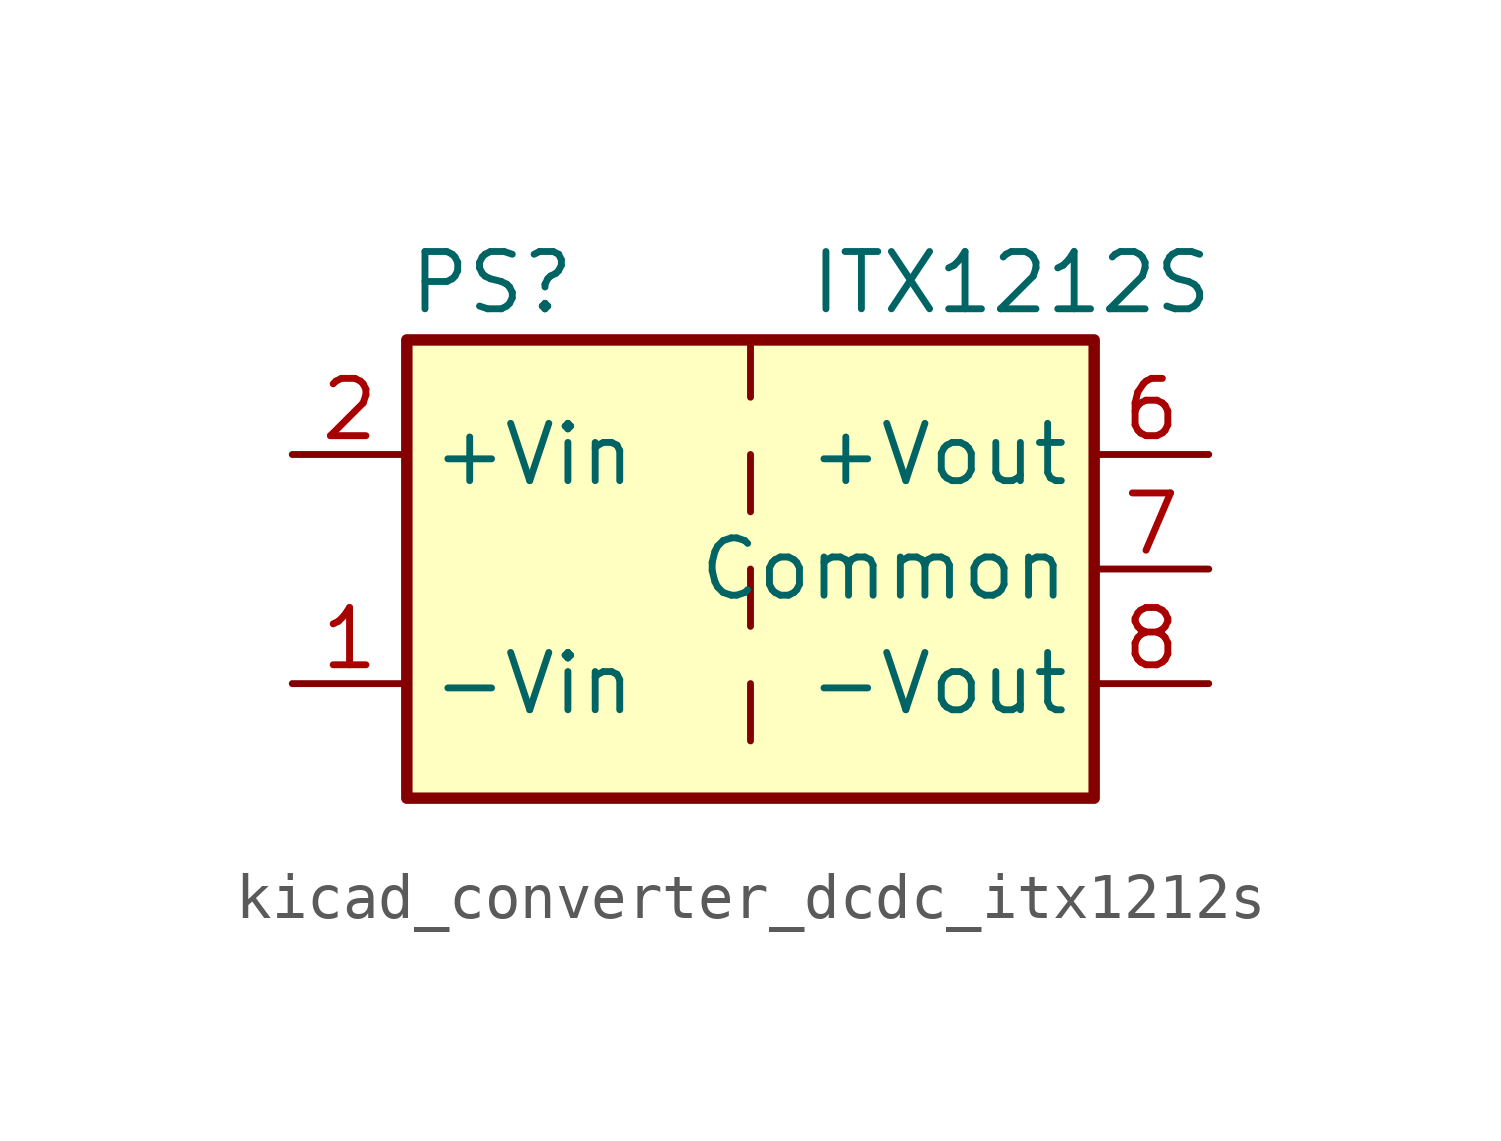
<source format=kicad_sym>
(kicad_symbol_lib
  (version 20220914)
  (generator kicad_symbol_editor)
  (symbol "kicad_converter_dcdc_itx1212s"
    (property "Reference" "PS"
      (at -7.62 6.35 0)
      (effects (font (size 1.27 1.27)) (justify left)))
    (property "Value" "ITX1212S"
      (at 1.27 6.35 0)
      (effects (font (size 1.27 1.27)) (justify left)))
    (symbol "kicad_converter_dcdc_itx1212s_0_0"
      (pin power_in line (at -10.16 -2.54 0) (length 2.54) (name "-Vin" (effects (font (size 1.27 1.27)))) (number "1" (effects (font (size 1.27 1.27)))))
      (pin power_in line (at -10.16 2.54 0) (length 2.54) (name "+Vin" (effects (font (size 1.27 1.27)))) (number "2" (effects (font (size 1.27 1.27)))))
      (pin no_connect line (at 0 -5.08 90) (length 2.54) hide (name "NC" (effects (font (size 1.27 1.27)))) (number "3" (effects (font (size 1.27 1.27)))))
      (pin no_connect line (at 0 5.08 270) (length 2.54) hide (name "NC" (effects (font (size 1.27 1.27)))) (number "5" (effects (font (size 1.27 1.27)))))
      (pin power_out line (at 10.16 2.54 180) (length 2.54) (name "+Vout" (effects (font (size 1.27 1.27)))) (number "6" (effects (font (size 1.27 1.27)))))
      (pin power_out line (at 10.16 0 180) (length 2.54) (name "Common" (effects (font (size 1.27 1.27)))) (number "7" (effects (font (size 1.27 1.27)))))
      (pin power_out line (at 10.16 -2.54 180) (length 2.54) (name "-Vout" (effects (font (size 1.27 1.27)))) (number "8" (effects (font (size 1.27 1.27))))))
    (symbol "kicad_converter_dcdc_itx1212s_0_1"
      (rectangle (start -7.62 5.08) (end 7.62 -5.08) (stroke (width 0.254) (type default)) (fill (type background)))
      (polyline (pts (xy 0 -2.54) (xy 0 -3.81)) (stroke (width 0) (type default)) (fill (type none)))
      (polyline (pts (xy 0 0) (xy 0 -1.27)) (stroke (width 0) (type default)) (fill (type none)))
      (polyline (pts (xy 0 2.54) (xy 0 1.27)) (stroke (width 0) (type default)) (fill (type none)))
      (polyline (pts (xy 0 5.08) (xy 0 3.81)) (stroke (width 0) (type default)) (fill (type none))))))
</source>
